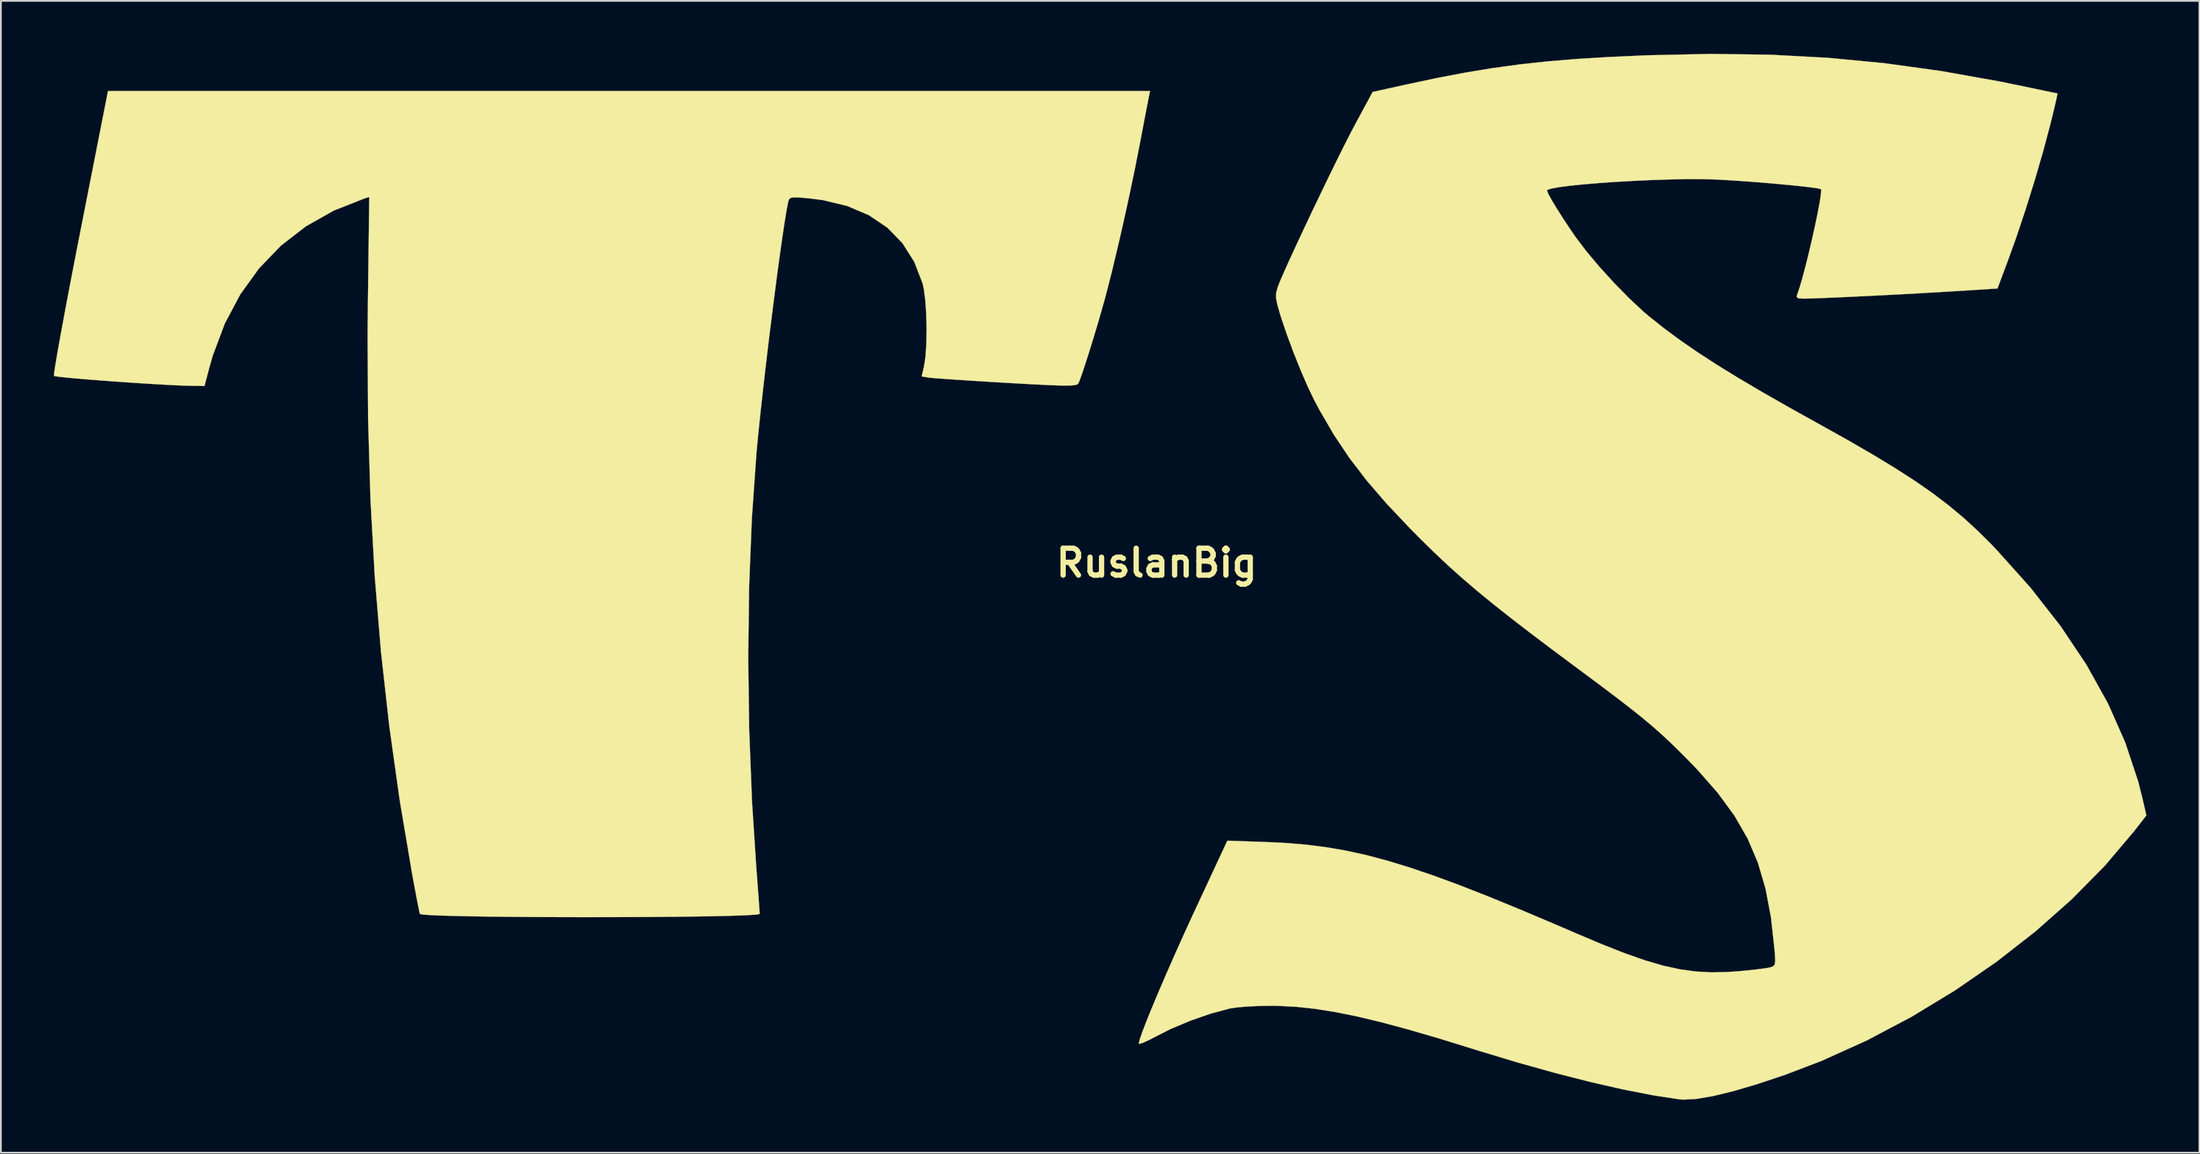
<source format=kicad_pcb>
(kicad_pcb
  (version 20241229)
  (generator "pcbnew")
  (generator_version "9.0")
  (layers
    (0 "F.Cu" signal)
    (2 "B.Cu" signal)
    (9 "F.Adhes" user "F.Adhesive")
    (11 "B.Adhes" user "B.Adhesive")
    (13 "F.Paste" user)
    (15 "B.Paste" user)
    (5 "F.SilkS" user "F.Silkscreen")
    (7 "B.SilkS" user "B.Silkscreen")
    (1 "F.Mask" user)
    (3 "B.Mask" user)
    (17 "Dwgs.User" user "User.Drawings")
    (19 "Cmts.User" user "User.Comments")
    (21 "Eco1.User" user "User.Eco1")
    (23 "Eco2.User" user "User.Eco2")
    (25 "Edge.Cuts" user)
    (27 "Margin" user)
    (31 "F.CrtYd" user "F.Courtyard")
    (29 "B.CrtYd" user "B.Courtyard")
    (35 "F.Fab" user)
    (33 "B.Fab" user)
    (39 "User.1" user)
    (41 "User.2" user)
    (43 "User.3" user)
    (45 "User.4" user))
  (footprint "RuslanBig"
    (layer "F.Cu")
    (at 62.44 28.846)
    (property "Reference" "RuslanBig" (at 0 0 0) (layer "F.SilkS") (effects (font (size 1.524 1.524) (thickness 0.3))))
    (attr through_hole)
    (fp_poly (pts (xy -0.439 -26.436) (xy -0.483 -26.212) (xy -0.568 -25.773) (xy -0.684 -25.169) (xy -0.821 -24.447) (xy -0.958 -23.729) (xy -1.229 -22.352) (xy -1.537 -20.875) (xy -1.866 -19.369) (xy -2.203 -17.899) (xy -2.53 -16.535) (xy -2.833 -15.344) (xy -2.923 -15.009) (xy -3.132 -14.262) (xy -3.364 -13.463) (xy -3.606 -12.658) (xy -3.843 -11.892) (xy -4.061 -11.212) (xy -4.245 -10.664) (xy -4.38 -10.295) (xy -4.438 -10.168) (xy -4.497 -10.115) (xy -4.621 -10.078) (xy -4.834 -10.055) (xy -5.162 -10.049) (xy -5.633 -10.058) (xy -6.271 -10.084) (xy -7.102 -10.126) (xy -8.153 -10.185) (xy -8.531 -10.206) (xy -9.53 -10.266) (xy -10.462 -10.324) (xy -11.294 -10.378) (xy -11.991 -10.426) (xy -12.517 -10.465) (xy -12.84 -10.494) (xy -12.908 -10.502) (xy -13.307 -10.568) (xy -13.174 -11.132) (xy -13.088 -11.696) (xy -13.039 -12.436) (xy -13.026 -13.273) (xy -13.049 -14.128) (xy -13.104 -14.92) (xy -13.192 -15.571) (xy -13.254 -15.842) (xy -13.728 -17.066) (xy -14.396 -18.12) (xy -15.253 -19) (xy -16.294 -19.702) (xy -17.514 -20.223) (xy -18.909 -20.56) (xy -19.762 -20.666) (xy -20.271 -20.707) (xy -20.581 -20.713) (xy -20.748 -20.673) (xy -20.828 -20.574) (xy -20.867 -20.438) (xy -20.953 -19.999) (xy -21.063 -19.329) (xy -21.194 -18.461) (xy -21.34 -17.429) (xy -21.497 -16.267) (xy -21.661 -15.01) (xy -21.828 -13.69) (xy -21.994 -12.343) (xy -22.153 -11.001) (xy -22.302 -9.7) (xy -22.437 -8.472) (xy -22.554 -7.353) (xy -22.647 -6.375) (xy -22.661 -6.216) (xy -22.921 -2.521) (xy -23.076 1.359) (xy -23.127 5.365) (xy -23.072 9.438) (xy -22.912 13.52) (xy -22.666 17.31) (xy -22.606 18.092) (xy -22.554 18.786) (xy -22.513 19.348) (xy -22.487 19.73) (xy -22.479 19.883) (xy -22.602 19.917) (xy -22.955 19.946) (xy -23.515 19.973) (xy -24.257 19.997) (xy -25.157 20.017) (xy -26.193 20.034) (xy -27.339 20.048) (xy -28.573 20.058) (xy -29.87 20.065) (xy -31.207 20.069) (xy -32.559 20.07) (xy -33.904 20.067) (xy -35.216 20.061) (xy -36.473 20.052) (xy -37.65 20.039) (xy -38.723 20.023) (xy -39.669 20.004) (xy -40.465 19.982) (xy -41.085 19.956) (xy -41.507 19.927) (xy -41.706 19.895) (xy -41.718 19.886) (xy -41.76 19.702) (xy -41.84 19.305) (xy -41.947 18.744) (xy -42.074 18.067) (xy -42.151 17.646) (xy -42.86 13.439) (xy -43.448 9.251) (xy -43.918 5.041) (xy -44.272 0.766) (xy -44.515 -3.613) (xy -44.649 -8.139) (xy -44.677 -12.853) (xy -44.66 -14.747) (xy -44.583 -20.737) (xy -44.866 -20.647) (xy -46.598 -19.962) (xy -48.173 -19.07) (xy -49.583 -17.978) (xy -50.821 -16.693) (xy -51.881 -15.223) (xy -52.757 -13.575) (xy -53.44 -11.756) (xy -53.628 -11.102) (xy -53.911 -10.028) (xy -54.673 -10.037) (xy -55.144 -10.05) (xy -55.77 -10.078) (xy -56.517 -10.119) (xy -57.345 -10.169) (xy -58.218 -10.226) (xy -59.098 -10.288) (xy -59.948 -10.352) (xy -60.73 -10.414) (xy -61.407 -10.472) (xy -61.942 -10.525) (xy -62.297 -10.568) (xy -62.435 -10.598) (xy -62.426 -10.743) (xy -62.37 -11.128) (xy -62.27 -11.728) (xy -62.13 -12.522) (xy -61.954 -13.486) (xy -61.747 -14.599) (xy -61.512 -15.836) (xy -61.254 -17.176) (xy -60.977 -18.596) (xy -60.953 -18.718) (xy -59.376 -26.737) (xy -0.376 -26.737) (xy -0.439 -26.436)) (stroke (width 0.01) (type solid)) (fill yes) (layer "F.SilkS"))
    (fp_poly (pts (xy 34.75 -28.795) (xy 37.996 -28.621) (xy 41.194 -28.316) (xy 44.402 -27.873) (xy 47.682 -27.289) (xy 49.137 -26.991) (xy 49.783 -26.855) (xy 50.334 -26.739) (xy 50.745 -26.654) (xy 50.971 -26.608) (xy 51.001 -26.603) (xy 50.983 -26.482) (xy 50.91 -26.149) (xy 50.793 -25.651) (xy 50.643 -25.035) (xy 50.592 -24.832) (xy 50.194 -23.334) (xy 49.721 -21.705) (xy 49.203 -20.045) (xy 48.674 -18.457) (xy 48.234 -17.232) (xy 47.605 -15.549) (xy 45.043 -15.388) (xy 44.167 -15.335) (xy 43.19 -15.279) (xy 42.152 -15.222) (xy 41.094 -15.167) (xy 40.056 -15.116) (xy 39.08 -15.069) (xy 38.205 -15.03) (xy 37.473 -15) (xy 36.924 -14.982) (xy 36.658 -14.976) (xy 36.346 -14.991) (xy 36.234 -15.062) (xy 36.263 -15.207) (xy 36.396 -15.59) (xy 36.557 -16.139) (xy 36.735 -16.807) (xy 36.92 -17.551) (xy 37.102 -18.327) (xy 37.272 -19.09) (xy 37.418 -19.796) (xy 37.533 -20.401) (xy 37.604 -20.859) (xy 37.623 -21.128) (xy 37.608 -21.179) (xy 37.433 -21.222) (xy 37.045 -21.278) (xy 36.486 -21.344) (xy 35.797 -21.414) (xy 35.018 -21.487) (xy 34.192 -21.557) (xy 33.357 -21.621) (xy 32.557 -21.675) (xy 31.832 -21.717) (xy 31.559 -21.729) (xy 30.812 -21.747) (xy 29.951 -21.746) (xy 29.009 -21.727) (xy 28.018 -21.694) (xy 27.008 -21.648) (xy 26.013 -21.591) (xy 25.065 -21.525) (xy 24.194 -21.453) (xy 23.433 -21.376) (xy 22.815 -21.297) (xy 22.37 -21.218) (xy 22.13 -21.141) (xy 22.098 -21.103) (xy 22.169 -20.919) (xy 22.363 -20.564) (xy 22.655 -20.079) (xy 23.017 -19.509) (xy 23.423 -18.896) (xy 23.731 -18.448) (xy 24.334 -17.652) (xy 25.079 -16.766) (xy 25.904 -15.86) (xy 26.745 -15.002) (xy 27.539 -14.259) (xy 27.877 -13.971) (xy 28.721 -13.299) (xy 29.623 -12.632) (xy 30.606 -11.951) (xy 31.697 -11.242) (xy 32.921 -10.487) (xy 34.304 -9.671) (xy 35.872 -8.777) (xy 37.41 -7.921) (xy 39.072 -6.993) (xy 40.529 -6.15) (xy 41.806 -5.375) (xy 42.933 -4.648) (xy 43.937 -3.949) (xy 44.844 -3.258) (xy 45.683 -2.558) (xy 46.481 -1.827) (xy 47.266 -1.047) (xy 47.501 -0.802) (xy 49.466 1.391) (xy 51.179 3.58) (xy 52.643 5.769) (xy 53.862 7.963) (xy 54.837 10.166) (xy 55.571 12.382) (xy 55.812 13.336) (xy 56.035 14.306) (xy 55.332 15.209) (xy 53.687 17.153) (xy 51.819 19.048) (xy 49.76 20.873) (xy 47.538 22.608) (xy 45.185 24.231) (xy 42.73 25.721) (xy 40.204 27.057) (xy 37.638 28.217) (xy 35.56 29.01) (xy 34.011 29.527) (xy 32.654 29.927) (xy 31.497 30.208) (xy 30.546 30.37) (xy 29.811 30.409) (xy 29.591 30.392) (xy 28.096 30.162) (xy 26.399 29.83) (xy 24.527 29.402) (xy 22.512 28.886) (xy 20.381 28.289) (xy 18.163 27.617) (xy 17.917 27.54) (xy 15.991 26.944) (xy 14.274 26.443) (xy 12.741 26.03) (xy 11.366 25.7) (xy 10.123 25.448) (xy 8.985 25.267) (xy 7.926 25.152) (xy 6.921 25.098) (xy 6.604 25.092) (xy 5.862 25.1) (xy 5.148 25.132) (xy 4.539 25.184) (xy 4.128 25.247) (xy 3.053 25.538) (xy 1.907 25.937) (xy 0.807 26.4) (xy 0.032 26.789) (xy -0.42 27.026) (xy -0.774 27.187) (xy -0.982 27.251) (xy -1.016 27.236) (xy -0.962 27.005) (xy -0.809 26.562) (xy -0.568 25.936) (xy -0.251 25.156) (xy 0.129 24.251) (xy 0.56 23.249) (xy 1.031 22.178) (xy 1.529 21.068) (xy 2.042 19.946) (xy 2.203 19.6) (xy 4 15.738) (xy 6.223 15.814) (xy 7.377 15.871) (xy 8.492 15.966) (xy 9.592 16.106) (xy 10.7 16.297) (xy 11.838 16.546) (xy 13.031 16.861) (xy 14.302 17.248) (xy 15.673 17.714) (xy 17.168 18.265) (xy 18.81 18.91) (xy 20.622 19.654) (xy 22.628 20.504) (xy 23.722 20.976) (xy 25.207 21.604) (xy 26.502 22.114) (xy 27.646 22.515) (xy 28.672 22.816) (xy 29.617 23.024) (xy 30.516 23.148) (xy 31.405 23.197) (xy 32.321 23.178) (xy 32.922 23.136) (xy 33.537 23.078) (xy 34.089 23.016) (xy 34.511 22.959) (xy 34.712 22.921) (xy 34.894 22.861) (xy 34.991 22.76) (xy 35.021 22.552) (xy 35.003 22.172) (xy 34.985 21.943) (xy 34.783 20.101) (xy 34.475 18.465) (xy 34.041 16.986) (xy 33.459 15.619) (xy 32.71 14.317) (xy 31.771 13.034) (xy 30.622 11.723) (xy 30.142 11.224) (xy 29.581 10.66) (xy 29.065 10.157) (xy 28.562 9.688) (xy 28.041 9.229) (xy 27.47 8.752) (xy 26.82 8.233) (xy 26.058 7.644) (xy 25.153 6.961) (xy 24.075 6.158) (xy 23.885 6.018) (xy 22.409 4.917) (xy 21.118 3.942) (xy 19.985 3.067) (xy 18.982 2.272) (xy 18.082 1.532) (xy 17.258 0.825) (xy 16.484 0.129) (xy 15.731 -0.579) (xy 14.972 -1.323) (xy 14.3 -2.002) (xy 12.998 -3.383) (xy 11.879 -4.685) (xy 10.904 -5.959) (xy 10.036 -7.258) (xy 9.236 -8.633) (xy 8.921 -9.224) (xy 8.56 -9.976) (xy 8.159 -10.902) (xy 7.752 -11.917) (xy 7.373 -12.939) (xy 7.052 -13.884) (xy 6.974 -14.138) (xy 6.826 -14.658) (xy 6.758 -15.014) (xy 6.764 -15.29) (xy 6.835 -15.573) (xy 6.846 -15.608) (xy 6.974 -15.937) (xy 7.203 -16.467) (xy 7.514 -17.161) (xy 7.893 -17.985) (xy 8.321 -18.901) (xy 8.781 -19.875) (xy 9.256 -20.869) (xy 9.729 -21.848) (xy 10.183 -22.776) (xy 10.601 -23.618) (xy 10.966 -24.336) (xy 11.249 -24.873) (xy 12.228 -26.686) (xy 14.147 -27.11) (xy 15.873 -27.477) (xy 17.487 -27.785) (xy 19.04 -28.041) (xy 20.584 -28.251) (xy 22.17 -28.422) (xy 23.851 -28.56) (xy 25.677 -28.67) (xy 27.701 -28.76) (xy 27.871 -28.766) (xy 31.395 -28.841) (xy 34.75 -28.795)) (stroke (width 0.01) (type solid)) (fill yes) (layer "F.SilkS")))
  (gr_rect
    (start -3 -3)
    (end 121.479 62.26)
    (stroke (width 0.1) (type default))
    (fill no)
    (layer "Edge.Cuts")))
</source>
